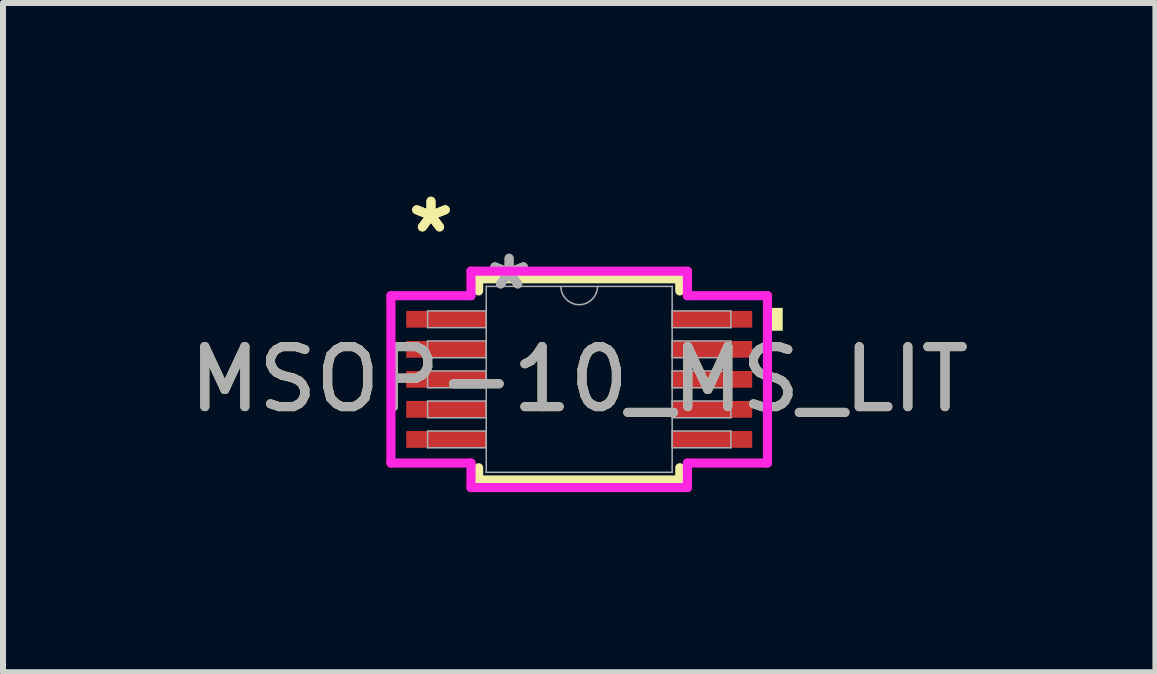
<source format=kicad_pcb>
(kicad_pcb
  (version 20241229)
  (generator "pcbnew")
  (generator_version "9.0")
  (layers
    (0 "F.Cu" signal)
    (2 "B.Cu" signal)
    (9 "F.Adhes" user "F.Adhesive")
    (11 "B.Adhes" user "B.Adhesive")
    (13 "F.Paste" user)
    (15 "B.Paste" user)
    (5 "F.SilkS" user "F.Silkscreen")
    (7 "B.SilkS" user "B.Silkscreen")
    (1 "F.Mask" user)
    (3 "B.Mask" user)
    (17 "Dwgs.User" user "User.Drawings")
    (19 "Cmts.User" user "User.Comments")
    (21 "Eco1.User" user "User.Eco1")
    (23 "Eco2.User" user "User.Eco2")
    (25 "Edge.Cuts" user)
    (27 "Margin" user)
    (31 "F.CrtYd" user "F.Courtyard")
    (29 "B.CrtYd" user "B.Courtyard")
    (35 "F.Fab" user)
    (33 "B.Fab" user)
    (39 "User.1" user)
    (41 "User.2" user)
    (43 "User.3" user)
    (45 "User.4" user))
  (footprint "MSOP-10_MS_LIT"
    (layer "F.Cu")
    (at 6.601 3.271)
    (property "Reference" "MSOP-10_MS_LIT" (at 0 0 0) (unlocked yes) (layer "F.SilkS") (effects (font (size 1 1) (thickness 0.15))))
    (attr smd)
    (fp_line (start -1.676 -1.676) (end -1.676 -1.473) (stroke (width 0.152) (type solid)) (layer "F.SilkS"))
    (fp_line (start -1.676 1.473) (end -1.676 1.676) (stroke (width 0.152) (type solid)) (layer "F.SilkS"))
    (fp_line (start -1.676 1.676) (end 1.676 1.676) (stroke (width 0.152) (type solid)) (layer "F.SilkS"))
    (fp_line (start 1.676 -1.676) (end -1.676 -1.676) (stroke (width 0.152) (type solid)) (layer "F.SilkS"))
    (fp_line (start 1.676 -1.473) (end 1.676 -1.676) (stroke (width 0.152) (type solid)) (layer "F.SilkS"))
    (fp_line (start 1.676 1.676) (end 1.676 1.473) (stroke (width 0.152) (type solid)) (layer "F.SilkS"))
    (fp_poly (pts (xy 3.391 -1.191) (xy 3.391 -0.81) (xy 3.137 -0.81) (xy 3.137 -1.191)) (stroke (width 0) (type solid)) (fill yes) (layer "F.SilkS"))
    (fp_line (start -3.137 -1.394) (end -1.803 -1.394) (stroke (width 0.152) (type solid)) (layer "F.CrtYd"))
    (fp_line (start -3.137 1.394) (end -3.137 -1.394) (stroke (width 0.152) (type solid)) (layer "F.CrtYd"))
    (fp_line (start -3.137 1.394) (end -1.803 1.394) (stroke (width 0.152) (type solid)) (layer "F.CrtYd"))
    (fp_line (start -1.803 -1.803) (end 1.803 -1.803) (stroke (width 0.152) (type solid)) (layer "F.CrtYd"))
    (fp_line (start -1.803 -1.394) (end -1.803 -1.803) (stroke (width 0.152) (type solid)) (layer "F.CrtYd"))
    (fp_line (start -1.803 1.803) (end -1.803 1.394) (stroke (width 0.152) (type solid)) (layer "F.CrtYd"))
    (fp_line (start 1.803 -1.803) (end 1.803 -1.394) (stroke (width 0.152) (type solid)) (layer "F.CrtYd"))
    (fp_line (start 1.803 1.394) (end 1.803 1.803) (stroke (width 0.152) (type solid)) (layer "F.CrtYd"))
    (fp_line (start 1.803 1.803) (end -1.803 1.803) (stroke (width 0.152) (type solid)) (layer "F.CrtYd"))
    (fp_line (start 3.137 -1.394) (end 1.803 -1.394) (stroke (width 0.152) (type solid)) (layer "F.CrtYd"))
    (fp_line (start 3.137 -1.394) (end 3.137 1.394) (stroke (width 0.152) (type solid)) (layer "F.CrtYd"))
    (fp_line (start 3.137 1.394) (end 1.803 1.394) (stroke (width 0.152) (type solid)) (layer "F.CrtYd"))
    (fp_line (start -2.527 -1.14) (end -2.527 -0.861) (stroke (width 0.025) (type solid)) (layer "F.Fab"))
    (fp_line (start -2.527 -0.861) (end -1.549 -0.861) (stroke (width 0.025) (type solid)) (layer "F.Fab"))
    (fp_line (start -2.527 -0.64) (end -2.527 -0.361) (stroke (width 0.025) (type solid)) (layer "F.Fab"))
    (fp_line (start -2.527 -0.361) (end -1.549 -0.361) (stroke (width 0.025) (type solid)) (layer "F.Fab"))
    (fp_line (start -2.527 -0.14) (end -2.527 0.14) (stroke (width 0.025) (type solid)) (layer "F.Fab"))
    (fp_line (start -2.527 0.14) (end -1.549 0.14) (stroke (width 0.025) (type solid)) (layer "F.Fab"))
    (fp_line (start -2.527 0.361) (end -2.527 0.64) (stroke (width 0.025) (type solid)) (layer "F.Fab"))
    (fp_line (start -2.527 0.64) (end -1.549 0.64) (stroke (width 0.025) (type solid)) (layer "F.Fab"))
    (fp_line (start -2.527 0.861) (end -2.527 1.14) (stroke (width 0.025) (type solid)) (layer "F.Fab"))
    (fp_line (start -2.527 1.14) (end -1.549 1.14) (stroke (width 0.025) (type solid)) (layer "F.Fab"))
    (fp_line (start -1.549 -1.549) (end -1.549 1.549) (stroke (width 0.025) (type solid)) (layer "F.Fab"))
    (fp_line (start -1.549 -1.14) (end -2.527 -1.14) (stroke (width 0.025) (type solid)) (layer "F.Fab"))
    (fp_line (start -1.549 -0.861) (end -1.549 -1.14) (stroke (width 0.025) (type solid)) (layer "F.Fab"))
    (fp_line (start -1.549 -0.64) (end -2.527 -0.64) (stroke (width 0.025) (type solid)) (layer "F.Fab"))
    (fp_line (start -1.549 -0.361) (end -1.549 -0.64) (stroke (width 0.025) (type solid)) (layer "F.Fab"))
    (fp_line (start -1.549 -0.14) (end -2.527 -0.14) (stroke (width 0.025) (type solid)) (layer "F.Fab"))
    (fp_line (start -1.549 0.14) (end -1.549 -0.14) (stroke (width 0.025) (type solid)) (layer "F.Fab"))
    (fp_line (start -1.549 0.361) (end -2.527 0.361) (stroke (width 0.025) (type solid)) (layer "F.Fab"))
    (fp_line (start -1.549 0.64) (end -1.549 0.361) (stroke (width 0.025) (type solid)) (layer "F.Fab"))
    (fp_line (start -1.549 0.861) (end -2.527 0.861) (stroke (width 0.025) (type solid)) (layer "F.Fab"))
    (fp_line (start -1.549 1.14) (end -1.549 0.861) (stroke (width 0.025) (type solid)) (layer "F.Fab"))
    (fp_line (start -1.549 1.549) (end 1.549 1.549) (stroke (width 0.025) (type solid)) (layer "F.Fab"))
    (fp_line (start 1.549 -1.549) (end -1.549 -1.549) (stroke (width 0.025) (type solid)) (layer "F.Fab"))
    (fp_line (start 1.549 -1.14) (end 1.549 -0.861) (stroke (width 0.025) (type solid)) (layer "F.Fab"))
    (fp_line (start 1.549 -0.861) (end 2.527 -0.861) (stroke (width 0.025) (type solid)) (layer "F.Fab"))
    (fp_line (start 1.549 -0.64) (end 1.549 -0.361) (stroke (width 0.025) (type solid)) (layer "F.Fab"))
    (fp_line (start 1.549 -0.361) (end 2.527 -0.361) (stroke (width 0.025) (type solid)) (layer "F.Fab"))
    (fp_line (start 1.549 -0.14) (end 1.549 0.14) (stroke (width 0.025) (type solid)) (layer "F.Fab"))
    (fp_line (start 1.549 0.14) (end 2.527 0.14) (stroke (width 0.025) (type solid)) (layer "F.Fab"))
    (fp_line (start 1.549 0.361) (end 1.549 0.64) (stroke (width 0.025) (type solid)) (layer "F.Fab"))
    (fp_line (start 1.549 0.64) (end 2.527 0.64) (stroke (width 0.025) (type solid)) (layer "F.Fab"))
    (fp_line (start 1.549 0.861) (end 1.549 1.14) (stroke (width 0.025) (type solid)) (layer "F.Fab"))
    (fp_line (start 1.549 1.14) (end 2.527 1.14) (stroke (width 0.025) (type solid)) (layer "F.Fab"))
    (fp_line (start 1.549 1.549) (end 1.549 -1.549) (stroke (width 0.025) (type solid)) (layer "F.Fab"))
    (fp_line (start 2.527 -1.14) (end 1.549 -1.14) (stroke (width 0.025) (type solid)) (layer "F.Fab"))
    (fp_line (start 2.527 -0.861) (end 2.527 -1.14) (stroke (width 0.025) (type solid)) (layer "F.Fab"))
    (fp_line (start 2.527 -0.64) (end 1.549 -0.64) (stroke (width 0.025) (type solid)) (layer "F.Fab"))
    (fp_line (start 2.527 -0.361) (end 2.527 -0.64) (stroke (width 0.025) (type solid)) (layer "F.Fab"))
    (fp_line (start 2.527 -0.14) (end 1.549 -0.14) (stroke (width 0.025) (type solid)) (layer "F.Fab"))
    (fp_line (start 2.527 0.14) (end 2.527 -0.14) (stroke (width 0.025) (type solid)) (layer "F.Fab"))
    (fp_line (start 2.527 0.361) (end 1.549 0.361) (stroke (width 0.025) (type solid)) (layer "F.Fab"))
    (fp_line (start 2.527 0.64) (end 2.527 0.361) (stroke (width 0.025) (type solid)) (layer "F.Fab"))
    (fp_line (start 2.527 0.861) (end 1.549 0.861) (stroke (width 0.025) (type solid)) (layer "F.Fab"))
    (fp_line (start 2.527 1.14) (end 2.527 0.861) (stroke (width 0.025) (type solid)) (layer "F.Fab"))
    (fp_arc (start 0.3048 -1.5494) (mid 0 -1.2446) (end -0.3048 -1.5494) (stroke (width 0.0254) (type solid)) (layer "F.Fab"))
    (fp_text user "*" (at -2.47 -2.423 0) (layer "F.SilkS") (effects (font (size 1 1) (thickness 0.15))))
    (fp_text user "*" (at -2.47 -2.423 0) (unlocked yes) (layer "F.SilkS") (effects (font (size 1 1) (thickness 0.15))))
    (fp_text user "*" (at -1.168 -1.473 0) (layer "F.Fab") (effects (font (size 1 1) (thickness 0.15))))
    (fp_text user "*" (at -1.168 -1.473 0) (unlocked yes) (layer "F.Fab") (effects (font (size 1 1) (thickness 0.15))))
    (fp_text user "${REFERENCE}" (at 0 0 0) (unlocked yes) (layer "F.Fab") (effects (font (size 1 1) (thickness 0.15))))
    (pad "1" smd rect (at -2.216 -1.001) (size 1.333 0.279) (layers "F.Cu" "F.Mask" "F.Paste"))
    (pad "2" smd rect (at -2.216 -0.5) (size 1.333 0.279) (layers "F.Cu" "F.Mask" "F.Paste"))
    (pad "3" smd rect (at -2.216 0) (size 1.333 0.279) (layers "F.Cu" "F.Mask" "F.Paste"))
    (pad "4" smd rect (at -2.216 0.5) (size 1.333 0.279) (layers "F.Cu" "F.Mask" "F.Paste"))
    (pad "5" smd rect (at -2.216 1.001) (size 1.333 0.279) (layers "F.Cu" "F.Mask" "F.Paste"))
    (pad "6" smd rect (at 2.216 1.001) (size 1.333 0.279) (layers "F.Cu" "F.Mask" "F.Paste"))
    (pad "7" smd rect (at 2.216 0.5) (size 1.333 0.279) (layers "F.Cu" "F.Mask" "F.Paste"))
    (pad "8" smd rect (at 2.216 0) (size 1.333 0.279) (layers "F.Cu" "F.Mask" "F.Paste"))
    (pad "9" smd rect (at 2.216 -0.5) (size 1.333 0.279) (layers "F.Cu" "F.Mask" "F.Paste"))
    (pad "10" smd rect (at 2.216 -1.001) (size 1.333 0.279) (layers "F.Cu" "F.Mask" "F.Paste")))
  (gr_rect
    (start -3 -3)
    (end 16.202 8.151)
    (stroke (width 0.1) (type default))
    (fill no)
    (layer "Edge.Cuts")))
</source>
